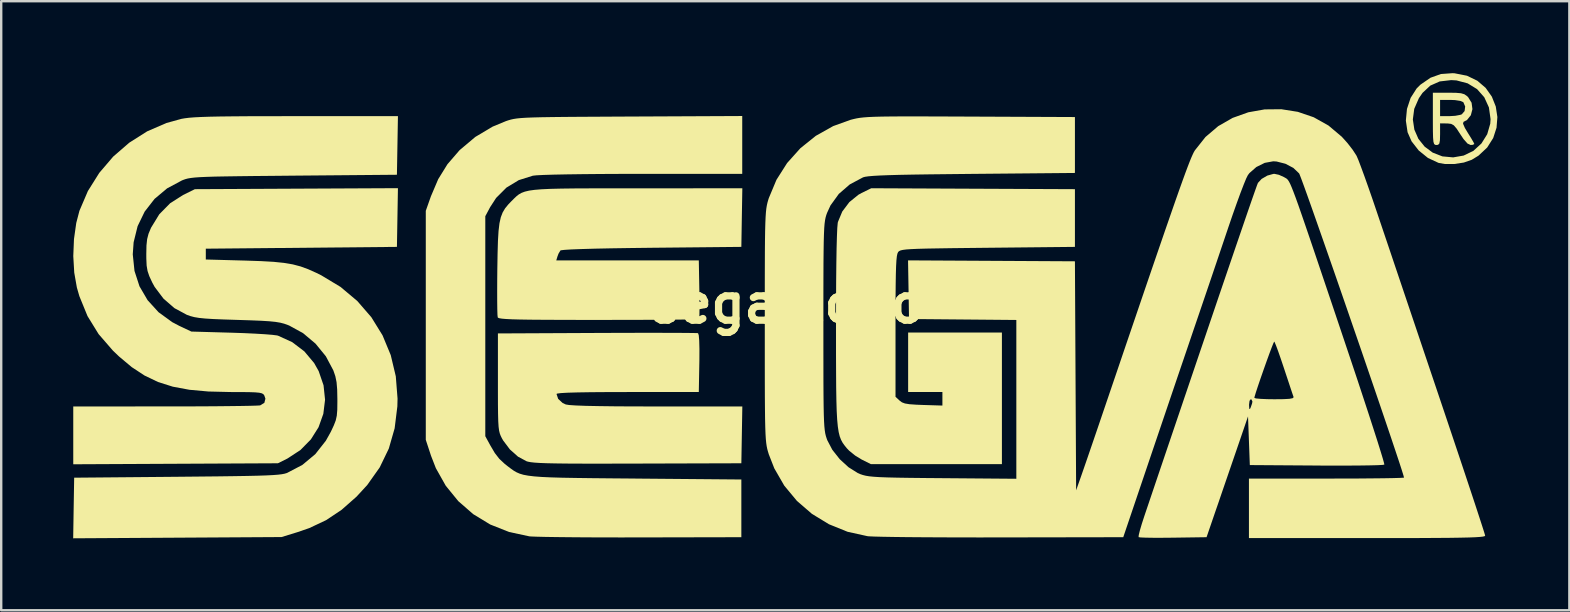
<source format=kicad_pcb>
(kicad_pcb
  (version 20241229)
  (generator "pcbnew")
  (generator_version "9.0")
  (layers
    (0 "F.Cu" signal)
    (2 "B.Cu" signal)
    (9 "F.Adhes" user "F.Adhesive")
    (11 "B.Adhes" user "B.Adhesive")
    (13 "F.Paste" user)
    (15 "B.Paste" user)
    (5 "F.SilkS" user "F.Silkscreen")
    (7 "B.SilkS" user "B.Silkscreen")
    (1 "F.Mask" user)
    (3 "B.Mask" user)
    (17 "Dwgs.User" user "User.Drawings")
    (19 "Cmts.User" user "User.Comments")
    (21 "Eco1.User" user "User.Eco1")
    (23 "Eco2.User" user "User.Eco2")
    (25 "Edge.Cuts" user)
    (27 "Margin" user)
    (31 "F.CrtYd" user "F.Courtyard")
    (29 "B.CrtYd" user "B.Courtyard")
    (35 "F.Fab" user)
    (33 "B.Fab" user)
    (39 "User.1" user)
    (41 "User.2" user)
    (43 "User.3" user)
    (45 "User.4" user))
  (footprint "sega_logo"
    (layer "F.Cu")
    (at 29.762 9.606)
    (property "Reference" "sega_logo" (at 0 0 0) (layer "F.SilkS") (effects (font (size 1.524 1.524) (thickness 0.3))))
    (attr board_only exclude_from_pos_files exclude_from_bom)
    (fp_poly (pts (xy 27.812 -9.601) (xy 28.325 -9.5) (xy 28.757 -9.291) (xy 29.103 -8.994) (xy 29.361 -8.629) (xy 29.525 -8.217) (xy 29.592 -7.779) (xy 29.557 -7.334) (xy 29.418 -6.904) (xy 29.168 -6.509) (xy 28.806 -6.17) (xy 28.524 -5.997) (xy 28.195 -5.882) (xy 27.797 -5.821) (xy 27.403 -5.821) (xy 27.139 -5.868) (xy 26.701 -6.071) (xy 26.316 -6.382) (xy 26.016 -6.766) (xy 25.849 -7.145) (xy 25.778 -7.627) (xy 25.782 -7.677) (xy 26.069 -7.677) (xy 26.132 -7.254) (xy 26.3 -6.87) (xy 26.561 -6.545) (xy 26.898 -6.295) (xy 27.299 -6.139) (xy 27.748 -6.097) (xy 28.186 -6.173) (xy 28.592 -6.369) (xy 28.927 -6.676) (xy 29.169 -7.064) (xy 29.295 -7.502) (xy 29.308 -7.691) (xy 29.239 -8.179) (xy 29.046 -8.602) (xy 28.745 -8.942) (xy 28.353 -9.182) (xy 27.888 -9.305) (xy 27.669 -9.318) (xy 27.189 -9.262) (xy 26.796 -9.088) (xy 26.473 -8.786) (xy 26.321 -8.565) (xy 26.127 -8.12) (xy 26.069 -7.677) (xy 25.782 -7.677) (xy 25.824 -8.117) (xy 25.976 -8.576) (xy 26.225 -8.967) (xy 26.385 -9.127) (xy 26.805 -9.416) (xy 27.238 -9.571) (xy 27.724 -9.606)) (stroke (width 0) (type solid)) (fill yes) (layer "F.SilkS"))
    (fp_poly (pts (xy 27.866 -8.788) (xy 28.075 -8.77) (xy 28.214 -8.729) (xy 28.32 -8.657) (xy 28.372 -8.608) (xy 28.517 -8.374) (xy 28.552 -8.108) (xy 28.486 -7.854) (xy 28.326 -7.655) (xy 28.181 -7.578) (xy 28.16 -7.503) (xy 28.238 -7.323) (xy 28.359 -7.121) (xy 28.497 -6.9) (xy 28.595 -6.732) (xy 28.631 -6.654) (xy 28.568 -6.621) (xy 28.479 -6.613) (xy 28.347 -6.673) (xy 28.181 -6.861) (xy 28.047 -7.061) (xy 27.893 -7.297) (xy 27.777 -7.432) (xy 27.665 -7.493) (xy 27.521 -7.511) (xy 27.485 -7.511) (xy 27.204 -7.515) (xy 27.204 -7.064) (xy 27.198 -6.812) (xy 27.174 -6.676) (xy 27.12 -6.621) (xy 27.053 -6.613) (xy 26.995 -6.621) (xy 26.954 -6.659) (xy 26.927 -6.749) (xy 26.912 -6.916) (xy 26.905 -7.181) (xy 26.903 -7.567) (xy 26.903 -7.703) (xy 26.903 -7.815) (xy 27.204 -7.815) (xy 27.584 -7.815) (xy 27.837 -7.83) (xy 28.045 -7.869) (xy 28.11 -7.893) (xy 28.226 -8.029) (xy 28.25 -8.218) (xy 28.175 -8.392) (xy 28.165 -8.402) (xy 28.045 -8.451) (xy 27.828 -8.484) (xy 27.639 -8.492) (xy 27.204 -8.492) (xy 27.204 -7.815) (xy 26.903 -7.815) (xy 26.903 -8.792) (xy 27.545 -8.792)) (stroke (width 0) (type solid)) (fill yes) (layer "F.SilkS"))
    (fp_poly (pts (xy -5.151 1.215) (xy -4.637 1.216) (xy -4.224 1.219) (xy -3.926 1.222) (xy -3.755 1.226) (xy -3.72 1.23) (xy -3.691 1.315) (xy -3.672 1.539) (xy -3.663 1.89) (xy -3.665 2.354) (xy -3.667 2.47) (xy -3.689 3.682) (xy -6.654 3.682) (xy -7.494 3.684) (xy -8.187 3.689) (xy -8.739 3.698) (xy -9.154 3.71) (xy -9.435 3.726) (xy -9.587 3.746) (xy -9.619 3.762) (xy -9.55 3.968) (xy -9.365 4.139) (xy -9.234 4.2) (xy -9.094 4.223) (xy -8.816 4.242) (xy -8.396 4.258) (xy -7.834 4.269) (xy -7.127 4.278) (xy -6.273 4.282) (xy -5.435 4.283) (xy -1.875 4.283) (xy -1.916 6.651) (xy -6.237 6.664) (xy -7.177 6.666) (xy -7.979 6.667) (xy -8.653 6.666) (xy -9.212 6.663) (xy -9.668 6.657) (xy -10.032 6.649) (xy -10.316 6.638) (xy -10.532 6.624) (xy -10.691 6.606) (xy -10.805 6.585) (xy -10.87 6.566) (xy -11.224 6.375) (xy -11.562 6.074) (xy -11.842 5.702) (xy -11.893 5.613) (xy -11.943 5.513) (xy -11.982 5.412) (xy -12.012 5.289) (xy -12.033 5.127) (xy -12.047 4.904) (xy -12.055 4.602) (xy -12.06 4.201) (xy -12.061 3.682) (xy -12.061 3.269) (xy -12.061 1.24) (xy -7.928 1.22) (xy -7.153 1.217) (xy -6.422 1.215) (xy -5.75 1.214)) (stroke (width 0) (type solid)) (fill yes) (layer "F.SilkS"))
    (fp_poly (pts (xy 7.742 -4.791) (xy 11.986 -4.772) (xy 11.986 -2.367) (xy 8.354 -2.33) (xy 7.521 -2.321) (xy 6.825 -2.313) (xy 6.254 -2.304) (xy 5.795 -2.296) (xy 5.434 -2.286) (xy 5.16 -2.274) (xy 4.959 -2.26) (xy 4.818 -2.242) (xy 4.725 -2.221) (xy 4.667 -2.195) (xy 4.63 -2.165) (xy 4.615 -2.146) (xy 4.588 -2.085) (xy 4.565 -1.977) (xy 4.547 -1.807) (xy 4.533 -1.563) (xy 4.523 -1.231) (xy 4.516 -0.798) (xy 4.511 -0.251) (xy 4.509 0.425) (xy 4.509 0.941) (xy 4.509 3.881) (xy 4.678 4.038) (xy 4.775 4.111) (xy 4.902 4.159) (xy 5.091 4.19) (xy 5.375 4.21) (xy 5.655 4.221) (xy 6.463 4.246) (xy 6.463 3.964) (xy 6.463 3.682) (xy 5.035 3.682) (xy 5.035 1.202) (xy 8.943 1.202) (xy 8.943 6.688) (xy 3.486 6.688) (xy 3.096 6.494) (xy 2.828 6.33) (xy 2.58 6.13) (xy 2.478 6.024) (xy 2.385 5.908) (xy 2.305 5.796) (xy 2.239 5.673) (xy 2.184 5.529) (xy 2.14 5.349) (xy 2.105 5.122) (xy 2.078 4.836) (xy 2.058 4.477) (xy 2.045 4.032) (xy 2.036 3.491) (xy 2.032 2.839) (xy 2.029 2.064) (xy 2.029 1.154) (xy 2.029 0.959) (xy 2.031 -0.042) (xy 2.035 -0.923) (xy 2.043 -1.679) (xy 2.053 -2.306) (xy 2.067 -2.8) (xy 2.082 -3.154) (xy 2.101 -3.364) (xy 2.109 -3.405) (xy 2.29 -3.841) (xy 2.586 -4.234) (xy 2.963 -4.54) (xy 3.097 -4.614) (xy 3.498 -4.811)) (stroke (width 0) (type solid)) (fill yes) (layer "F.SilkS"))
    (fp_poly (pts (xy -1.896 -3.588) (xy -1.916 -2.367) (xy -5.651 -2.33) (xy -6.549 -2.319) (xy -7.338 -2.307) (xy -8.013 -2.293) (xy -8.567 -2.277) (xy -8.994 -2.261) (xy -9.286 -2.243) (xy -9.437 -2.225) (xy -9.456 -2.217) (xy -9.534 -2.088) (xy -9.578 -1.973) (xy -9.629 -1.804) (xy -3.689 -1.804) (xy -3.667 -0.595) (xy -3.661 -0.185) (xy -3.66 0.17) (xy -3.663 0.442) (xy -3.67 0.608) (xy -3.676 0.645) (xy -3.755 0.651) (xy -3.97 0.656) (xy -4.309 0.661) (xy -4.757 0.666) (xy -5.3 0.67) (xy -5.926 0.673) (xy -6.619 0.675) (xy -7.368 0.676) (xy -7.868 0.676) (xy -8.78 0.676) (xy -9.553 0.674) (xy -10.198 0.671) (xy -10.726 0.667) (xy -11.148 0.66) (xy -11.475 0.651) (xy -11.717 0.639) (xy -11.887 0.625) (xy -11.996 0.608) (xy -12.053 0.587) (xy -12.069 0.57) (xy -12.08 0.468) (xy -12.087 0.237) (xy -12.091 -0.101) (xy -12.092 -0.524) (xy -12.09 -1.012) (xy -12.086 -1.441) (xy -12.075 -2.093) (xy -12.06 -2.615) (xy -12.035 -3.027) (xy -11.997 -3.349) (xy -11.941 -3.601) (xy -11.863 -3.803) (xy -11.76 -3.976) (xy -11.626 -4.139) (xy -11.493 -4.277) (xy -11.386 -4.384) (xy -11.289 -4.476) (xy -11.19 -4.554) (xy -11.077 -4.618) (xy -10.938 -4.67) (xy -10.76 -4.712) (xy -10.531 -4.744) (xy -10.24 -4.768) (xy -9.874 -4.785) (xy -9.421 -4.796) (xy -8.869 -4.803) (xy -8.206 -4.806) (xy -7.42 -4.807) (xy -6.499 -4.808) (xy -6.254 -4.808) (xy -1.875 -4.809)) (stroke (width 0) (type solid)) (fill yes) (layer "F.SilkS"))
    (fp_poly (pts (xy -1.879 -5.411) (xy -6.039 -5.411) (xy -6.953 -5.409) (xy -7.791 -5.405) (xy -8.541 -5.398) (xy -9.193 -5.389) (xy -9.736 -5.378) (xy -10.161 -5.365) (xy -10.455 -5.35) (xy -10.603 -5.334) (xy -11.192 -5.149) (xy -11.708 -4.836) (xy -12.136 -4.407) (xy -12.387 -4.02) (xy -12.587 -3.645) (xy -12.587 5.523) (xy -12.382 5.899) (xy -12.19 6.225) (xy -12.003 6.466) (xy -11.776 6.678) (xy -11.643 6.783) (xy -11.518 6.877) (xy -11.404 6.958) (xy -11.287 7.026) (xy -11.156 7.083) (xy -10.999 7.13) (xy -10.802 7.167) (xy -10.555 7.197) (xy -10.243 7.221) (xy -9.856 7.239) (xy -9.38 7.253) (xy -8.804 7.263) (xy -8.115 7.272) (xy -7.301 7.28) (xy -6.349 7.288) (xy -6.312 7.289) (xy -1.916 7.327) (xy -1.916 9.732) (xy -6.125 9.741) (xy -6.92 9.742) (xy -7.682 9.741) (xy -8.394 9.738) (xy -9.041 9.733) (xy -9.608 9.727) (xy -10.08 9.72) (xy -10.442 9.711) (xy -10.677 9.702) (xy -10.752 9.696) (xy -11.598 9.514) (xy -12.381 9.203) (xy -13.09 8.772) (xy -13.712 8.23) (xy -14.235 7.588) (xy -14.647 6.856) (xy -14.85 6.335) (xy -15.067 5.674) (xy -15.067 -3.87) (xy -14.855 -4.471) (xy -14.549 -5.19) (xy -14.164 -5.812) (xy -13.673 -6.381) (xy -13.644 -6.41) (xy -13.002 -6.95) (xy -12.281 -7.379) (xy -11.723 -7.61) (xy -11.62 -7.644) (xy -11.519 -7.673) (xy -11.406 -7.698) (xy -11.27 -7.719) (xy -11.099 -7.736) (xy -10.88 -7.75) (xy -10.602 -7.761) (xy -10.251 -7.77) (xy -9.817 -7.777) (xy -9.286 -7.783) (xy -8.647 -7.788) (xy -7.887 -7.792) (xy -6.994 -7.797) (xy -6.557 -7.799) (xy -1.879 -7.821)) (stroke (width 0) (type solid)) (fill yes) (layer "F.SilkS"))
    (fp_poly (pts (xy -16.27 -2.367) (xy -24.235 -2.292) (xy -24.235 -1.841) (xy -22.582 -1.796) (xy -21.935 -1.774) (xy -21.409 -1.744) (xy -20.978 -1.7) (xy -20.612 -1.638) (xy -20.284 -1.552) (xy -19.966 -1.435) (xy -19.628 -1.284) (xy -19.426 -1.184) (xy -18.621 -0.699) (xy -17.923 -0.113) (xy -17.336 0.564) (xy -16.869 1.32) (xy -16.527 2.145) (xy -16.317 3.027) (xy -16.244 3.955) (xy -16.252 4.28) (xy -16.365 5.194) (xy -16.608 6.039) (xy -16.987 6.823) (xy -17.505 7.555) (xy -17.952 8.041) (xy -18.577 8.592) (xy -19.22 9.021) (xy -19.922 9.352) (xy -20.403 9.518) (xy -21.079 9.726) (xy -25.421 9.752) (xy -29.762 9.778) (xy -29.742 8.515) (xy -29.721 7.252) (xy -25.438 7.214) (xy -24.513 7.205) (xy -23.726 7.197) (xy -23.065 7.188) (xy -22.518 7.179) (xy -22.073 7.169) (xy -21.718 7.157) (xy -21.441 7.143) (xy -21.229 7.127) (xy -21.071 7.108) (xy -20.954 7.086) (xy -20.866 7.06) (xy -20.843 7.051) (xy -20.21 6.719) (xy -19.671 6.27) (xy -19.231 5.71) (xy -19.023 5.336) (xy -18.9 5.073) (xy -18.82 4.866) (xy -18.776 4.668) (xy -18.756 4.429) (xy -18.752 4.102) (xy -18.752 3.983) (xy -18.76 3.575) (xy -18.786 3.27) (xy -18.837 3.021) (xy -18.919 2.783) (xy -18.92 2.78) (xy -19.233 2.191) (xy -19.663 1.665) (xy -20.181 1.229) (xy -20.762 0.91) (xy -20.816 0.889) (xy -20.969 0.834) (xy -21.133 0.792) (xy -21.331 0.759) (xy -21.586 0.733) (xy -21.921 0.712) (xy -22.361 0.694) (xy -22.92 0.676) (xy -23.486 0.658) (xy -23.925 0.64) (xy -24.26 0.619) (xy -24.515 0.593) (xy -24.713 0.56) (xy -24.877 0.517) (xy -25.024 0.465) (xy -25.542 0.186) (xy -26 -0.212) (xy -26.367 -0.699) (xy -26.468 -0.884) (xy -26.59 -1.147) (xy -26.663 -1.363) (xy -26.701 -1.588) (xy -26.714 -1.88) (xy -26.715 -2.065) (xy -26.708 -2.425) (xy -26.68 -2.69) (xy -26.622 -2.914) (xy -26.523 -3.152) (xy -26.515 -3.169) (xy -26.173 -3.727) (xy -25.721 -4.186) (xy -25.185 -4.528) (xy -24.69 -4.772) (xy -20.459 -4.793) (xy -16.228 -4.814)) (stroke (width 0) (type solid)) (fill yes) (layer "F.SilkS"))
    (fp_poly (pts (xy -16.249 -6.594) (xy -16.27 -5.373) (xy -20.553 -5.336) (xy -21.464 -5.327) (xy -22.238 -5.32) (xy -22.887 -5.312) (xy -23.423 -5.304) (xy -23.859 -5.296) (xy -24.207 -5.285) (xy -24.481 -5.273) (xy -24.693 -5.258) (xy -24.855 -5.239) (xy -24.98 -5.218) (xy -25.08 -5.192) (xy -25.169 -5.161) (xy -25.229 -5.137) (xy -25.849 -4.805) (xy -26.371 -4.367) (xy -26.783 -3.837) (xy -27.077 -3.23) (xy -27.243 -2.559) (xy -27.279 -2.056) (xy -27.207 -1.365) (xy -26.999 -0.724) (xy -26.661 -0.146) (xy -26.204 0.356) (xy -25.636 0.769) (xy -25.338 0.926) (xy -24.836 1.162) (xy -23.146 1.21) (xy -22.643 1.227) (xy -22.178 1.249) (xy -21.778 1.273) (xy -21.467 1.298) (xy -21.27 1.323) (xy -21.227 1.333) (xy -20.636 1.602) (xy -20.128 1.988) (xy -19.721 2.473) (xy -19.531 2.81) (xy -19.328 3.402) (xy -19.265 4.002) (xy -19.337 4.59) (xy -19.536 5.148) (xy -19.856 5.656) (xy -20.289 6.097) (xy -20.829 6.451) (xy -20.87 6.472) (xy -21.229 6.651) (xy -25.494 6.672) (xy -29.759 6.693) (xy -29.759 4.283) (xy -25.945 4.282) (xy -25.197 4.281) (xy -24.491 4.279) (xy -23.843 4.275) (xy -23.266 4.269) (xy -22.777 4.263) (xy -22.389 4.256) (xy -22.118 4.248) (xy -21.979 4.24) (xy -21.967 4.237) (xy -21.795 4.132) (xy -21.751 3.96) (xy -21.796 3.827) (xy -21.833 3.775) (xy -21.896 3.737) (xy -22.005 3.711) (xy -22.183 3.695) (xy -22.451 3.686) (xy -22.83 3.683) (xy -23.217 3.682) (xy -24.128 3.66) (xy -24.919 3.588) (xy -25.61 3.459) (xy -26.226 3.264) (xy -26.789 2.994) (xy -27.323 2.643) (xy -27.849 2.202) (xy -28.108 1.954) (xy -28.703 1.267) (xy -29.165 0.517) (xy -29.504 -0.312) (xy -29.609 -0.676) (xy -29.718 -1.294) (xy -29.758 -1.984) (xy -29.729 -2.692) (xy -29.634 -3.364) (xy -29.502 -3.87) (xy -29.149 -4.695) (xy -28.674 -5.452) (xy -28.095 -6.129) (xy -27.424 -6.71) (xy -26.679 -7.182) (xy -25.873 -7.531) (xy -25.258 -7.701) (xy -25.115 -7.726) (xy -24.939 -7.748) (xy -24.716 -7.766) (xy -24.436 -7.78) (xy -24.084 -7.792) (xy -23.65 -7.801) (xy -23.119 -7.807) (xy -22.48 -7.812) (xy -21.72 -7.814) (xy -20.827 -7.815) (xy -20.471 -7.815) (xy -16.228 -7.815)) (stroke (width 0) (type solid)) (fill yes) (layer "F.SilkS"))
    (fp_poly (pts (xy 20.487 -5.371) (xy 20.696 -5.277) (xy 20.711 -5.268) (xy 20.754 -5.244) (xy 20.792 -5.222) (xy 20.829 -5.194) (xy 20.866 -5.152) (xy 20.908 -5.087) (xy 20.958 -4.99) (xy 21.018 -4.852) (xy 21.092 -4.665) (xy 21.184 -4.42) (xy 21.296 -4.109) (xy 21.431 -3.722) (xy 21.593 -3.252) (xy 21.785 -2.689) (xy 22.01 -2.026) (xy 22.271 -1.252) (xy 22.572 -0.361) (xy 22.915 0.658) (xy 23.212 1.541) (xy 23.494 2.381) (xy 23.761 3.18) (xy 24.007 3.926) (xy 24.231 4.607) (xy 24.427 5.213) (xy 24.594 5.732) (xy 24.725 6.152) (xy 24.819 6.463) (xy 24.871 6.651) (xy 24.88 6.708) (xy 24.796 6.72) (xy 24.577 6.731) (xy 24.243 6.739) (xy 23.809 6.745) (xy 23.293 6.748) (xy 22.711 6.749) (xy 22.082 6.746) (xy 22.051 6.745) (xy 19.275 6.726) (xy 19.2 4.697) (xy 18.724 6.087) (xy 18.54 6.622) (xy 18.339 7.207) (xy 18.139 7.789) (xy 17.959 8.316) (xy 17.859 8.604) (xy 17.472 9.732) (xy 16.077 9.752) (xy 15.634 9.756) (xy 15.245 9.756) (xy 14.933 9.751) (xy 14.723 9.742) (xy 14.639 9.729) (xy 14.645 9.646) (xy 14.693 9.45) (xy 14.775 9.171) (xy 14.881 8.845) (xy 15.508 6.99) (xy 16.093 5.264) (xy 16.451 4.208) (xy 19.243 4.208) (xy 19.243 4.227) (xy 19.252 4.377) (xy 19.278 4.392) (xy 19.313 4.321) (xy 19.369 4.156) (xy 19.383 4.077) (xy 19.341 3.99) (xy 19.313 3.983) (xy 19.263 4.048) (xy 19.243 4.208) (xy 16.451 4.208) (xy 16.546 3.926) (xy 19.463 3.926) (xy 19.533 3.949) (xy 19.724 3.967) (xy 20.004 3.979) (xy 20.298 3.983) (xy 20.678 3.979) (xy 20.926 3.965) (xy 21.061 3.939) (xy 21.1 3.9) (xy 21.098 3.889) (xy 21.063 3.788) (xy 20.99 3.571) (xy 20.889 3.266) (xy 20.767 2.899) (xy 20.697 2.687) (xy 20.569 2.307) (xy 20.456 1.983) (xy 20.366 1.74) (xy 20.307 1.601) (xy 20.292 1.579) (xy 20.258 1.645) (xy 20.186 1.826) (xy 20.086 2.092) (xy 19.969 2.414) (xy 19.845 2.764) (xy 19.723 3.113) (xy 19.614 3.433) (xy 19.528 3.695) (xy 19.475 3.871) (xy 19.463 3.926) (xy 16.546 3.926) (xy 16.634 3.668) (xy 17.131 2.202) (xy 17.584 0.868) (xy 17.992 -0.333) (xy 18.356 -1.4) (xy 18.674 -2.332) (xy 18.947 -3.128) (xy 19.173 -3.788) (xy 19.353 -4.308) (xy 19.487 -4.69) (xy 19.573 -4.931) (xy 19.612 -5.031) (xy 19.612 -5.032) (xy 19.767 -5.2) (xy 20.004 -5.338) (xy 20.255 -5.408) (xy 20.305 -5.41)) (stroke (width 0) (type solid)) (fill yes) (layer "F.SilkS"))
    (fp_poly (pts (xy 21.276 -7.995) (xy 21.938 -7.769) (xy 22.555 -7.423) (xy 23.108 -6.957) (xy 23.345 -6.693) (xy 23.56 -6.416) (xy 23.714 -6.179) (xy 23.732 -6.144) (xy 23.802 -5.98) (xy 23.91 -5.695) (xy 24.05 -5.314) (xy 24.212 -4.858) (xy 24.389 -4.35) (xy 24.57 -3.817) (xy 24.703 -3.422) (xy 24.879 -2.901) (xy 25.092 -2.27) (xy 25.336 -1.545) (xy 25.607 -0.742) (xy 25.898 0.122) (xy 26.205 1.032) (xy 26.521 1.971) (xy 26.842 2.923) (xy 27.159 3.863) (xy 27.459 4.753) (xy 27.744 5.603) (xy 28.012 6.402) (xy 28.258 7.139) (xy 28.479 7.804) (xy 28.671 8.384) (xy 28.83 8.87) (xy 28.954 9.251) (xy 29.038 9.515) (xy 29.079 9.652) (xy 29.082 9.668) (xy 29.061 9.689) (xy 28.991 9.706) (xy 28.862 9.721) (xy 28.665 9.734) (xy 28.39 9.744) (xy 28.026 9.752) (xy 27.565 9.759) (xy 26.996 9.763) (xy 26.31 9.767) (xy 25.496 9.768) (xy 24.546 9.769) (xy 24.16 9.769) (xy 19.238 9.769) (xy 19.238 7.289) (xy 22.469 7.289) (xy 23.15 7.288) (xy 23.782 7.286) (xy 24.349 7.281) (xy 24.838 7.276) (xy 25.231 7.269) (xy 25.514 7.261) (xy 25.672 7.253) (xy 25.701 7.247) (xy 25.676 7.154) (xy 25.607 6.931) (xy 25.497 6.592) (xy 25.349 6.148) (xy 25.17 5.613) (xy 24.962 4.998) (xy 24.731 4.317) (xy 24.48 3.581) (xy 24.214 2.804) (xy 23.938 1.998) (xy 23.654 1.175) (xy 23.369 0.349) (xy 23.086 -0.47) (xy 22.81 -1.267) (xy 22.544 -2.03) (xy 22.293 -2.748) (xy 22.062 -3.407) (xy 21.855 -3.995) (xy 21.676 -4.499) (xy 21.529 -4.907) (xy 21.419 -5.206) (xy 21.35 -5.384) (xy 21.329 -5.429) (xy 21.089 -5.658) (xy 20.757 -5.832) (xy 20.391 -5.925) (xy 20.252 -5.934) (xy 19.897 -5.869) (xy 19.546 -5.695) (xy 19.258 -5.442) (xy 19.192 -5.354) (xy 19.125 -5.22) (xy 19.02 -4.964) (xy 18.883 -4.608) (xy 18.724 -4.172) (xy 18.549 -3.677) (xy 18.367 -3.145) (xy 18.352 -3.1) (xy 18.133 -2.451) (xy 17.89 -1.732) (xy 17.639 -0.99) (xy 17.395 -0.273) (xy 17.175 0.374) (xy 17.072 0.676) (xy 16.922 1.115) (xy 16.733 1.672) (xy 16.511 2.325) (xy 16.264 3.049) (xy 16.002 3.822) (xy 15.731 4.621) (xy 15.46 5.421) (xy 15.234 6.087) (xy 14 9.732) (xy 8.897 9.741) (xy 8.022 9.742) (xy 7.18 9.741) (xy 6.387 9.738) (xy 5.655 9.734) (xy 4.999 9.729) (xy 4.431 9.722) (xy 3.966 9.714) (xy 3.617 9.705) (xy 3.399 9.695) (xy 3.344 9.69) (xy 2.511 9.506) (xy 1.733 9.191) (xy 1.025 8.759) (xy 0.4 8.219) (xy -0.127 7.584) (xy -0.542 6.865) (xy -0.773 6.275) (xy -0.806 6.166) (xy -0.835 6.061) (xy -0.859 5.945) (xy -0.879 5.809) (xy -0.896 5.639) (xy -0.909 5.424) (xy -0.919 5.152) (xy -0.927 4.809) (xy -0.932 4.386) (xy -0.936 3.868) (xy -0.938 3.245) (xy -0.939 2.505) (xy -0.939 1.634) (xy -0.939 0.939) (xy -0.939 -0.029) (xy -0.939 -0.86) (xy -0.937 -1.564) (xy -0.935 -2.155) (xy -0.931 -2.643) (xy -0.925 -3.041) (xy -0.916 -3.361) (xy -0.905 -3.615) (xy -0.891 -3.816) (xy -0.874 -3.974) (xy -0.852 -4.103) (xy -0.827 -4.214) (xy -0.797 -4.319) (xy -0.773 -4.396) (xy -0.453 -5.162) (xy -0.009 -5.861) (xy 0.544 -6.478) (xy 1.189 -6.996) (xy 1.911 -7.401) (xy 2.634 -7.662) (xy 2.76 -7.694) (xy 2.885 -7.722) (xy 3.022 -7.745) (xy 3.184 -7.763) (xy 3.383 -7.778) (xy 3.633 -7.789) (xy 3.947 -7.797) (xy 4.337 -7.802) (xy 4.817 -7.805) (xy 5.399 -7.805) (xy 6.097 -7.803) (xy 6.922 -7.8) (xy 7.597 -7.797) (xy 11.986 -7.778) (xy 11.986 -5.448) (xy 7.703 -5.409) (xy 6.749 -5.399) (xy 5.935 -5.39) (xy 5.25 -5.38) (xy 4.682 -5.369) (xy 4.222 -5.356) (xy 3.859 -5.342) (xy 3.581 -5.326) (xy 3.378 -5.308) (xy 3.24 -5.288) (xy 3.156 -5.265) (xy 2.604 -4.971) (xy 2.146 -4.575) (xy 1.798 -4.093) (xy 1.654 -3.779) (xy 1.622 -3.688) (xy 1.595 -3.592) (xy 1.572 -3.478) (xy 1.553 -3.334) (xy 1.538 -3.147) (xy 1.527 -2.904) (xy 1.518 -2.593) (xy 1.512 -2.201) (xy 1.507 -1.717) (xy 1.505 -1.126) (xy 1.503 -0.418) (xy 1.503 0.422) (xy 1.503 0.939) (xy 1.503 1.854) (xy 1.504 2.63) (xy 1.505 3.282) (xy 1.508 3.821) (xy 1.513 4.261) (xy 1.52 4.613) (xy 1.53 4.891) (xy 1.543 5.107) (xy 1.56 5.274) (xy 1.58 5.404) (xy 1.605 5.51) (xy 1.635 5.605) (xy 1.665 5.689) (xy 1.875 6.089) (xy 2.182 6.478) (xy 2.549 6.815) (xy 2.933 7.057) (xy 3.043 7.105) (xy 3.148 7.14) (xy 3.266 7.17) (xy 3.413 7.194) (xy 3.604 7.213) (xy 3.854 7.229) (xy 4.179 7.241) (xy 4.594 7.251) (xy 5.114 7.259) (xy 5.755 7.266) (xy 6.482 7.272) (xy 9.544 7.297) (xy 9.544 0.679) (xy 7.308 0.659) (xy 5.072 0.639) (xy 5.052 -0.583) (xy 5.031 -1.805) (xy 11.986 -1.766) (xy 12.011 3.006) (xy 12.036 7.778) (xy 12.248 7.177) (xy 12.328 6.947) (xy 12.448 6.601) (xy 12.599 6.161) (xy 12.773 5.654) (xy 12.961 5.104) (xy 13.154 4.536) (xy 13.176 4.471) (xy 13.668 3.026) (xy 14.113 1.716) (xy 14.516 0.535) (xy 14.877 -0.525) (xy 15.2 -1.469) (xy 15.487 -2.305) (xy 15.74 -3.04) (xy 15.962 -3.68) (xy 16.154 -4.232) (xy 16.32 -4.703) (xy 16.462 -5.1) (xy 16.582 -5.43) (xy 16.683 -5.7) (xy 16.766 -5.915) (xy 16.835 -6.084) (xy 16.892 -6.213) (xy 16.938 -6.309) (xy 16.978 -6.378) (xy 16.983 -6.387) (xy 17.427 -6.947) (xy 17.958 -7.399) (xy 18.559 -7.743) (xy 19.211 -7.976) (xy 19.893 -8.097) (xy 20.588 -8.104)) (stroke (width 0) (type solid)) (fill yes) (layer "F.SilkS")))
  (gr_rect
    (start -3 -3)
    (end 62.354 22.384)
    (stroke (width 0.1) (type default))
    (fill no)
    (layer "Edge.Cuts")))
</source>
